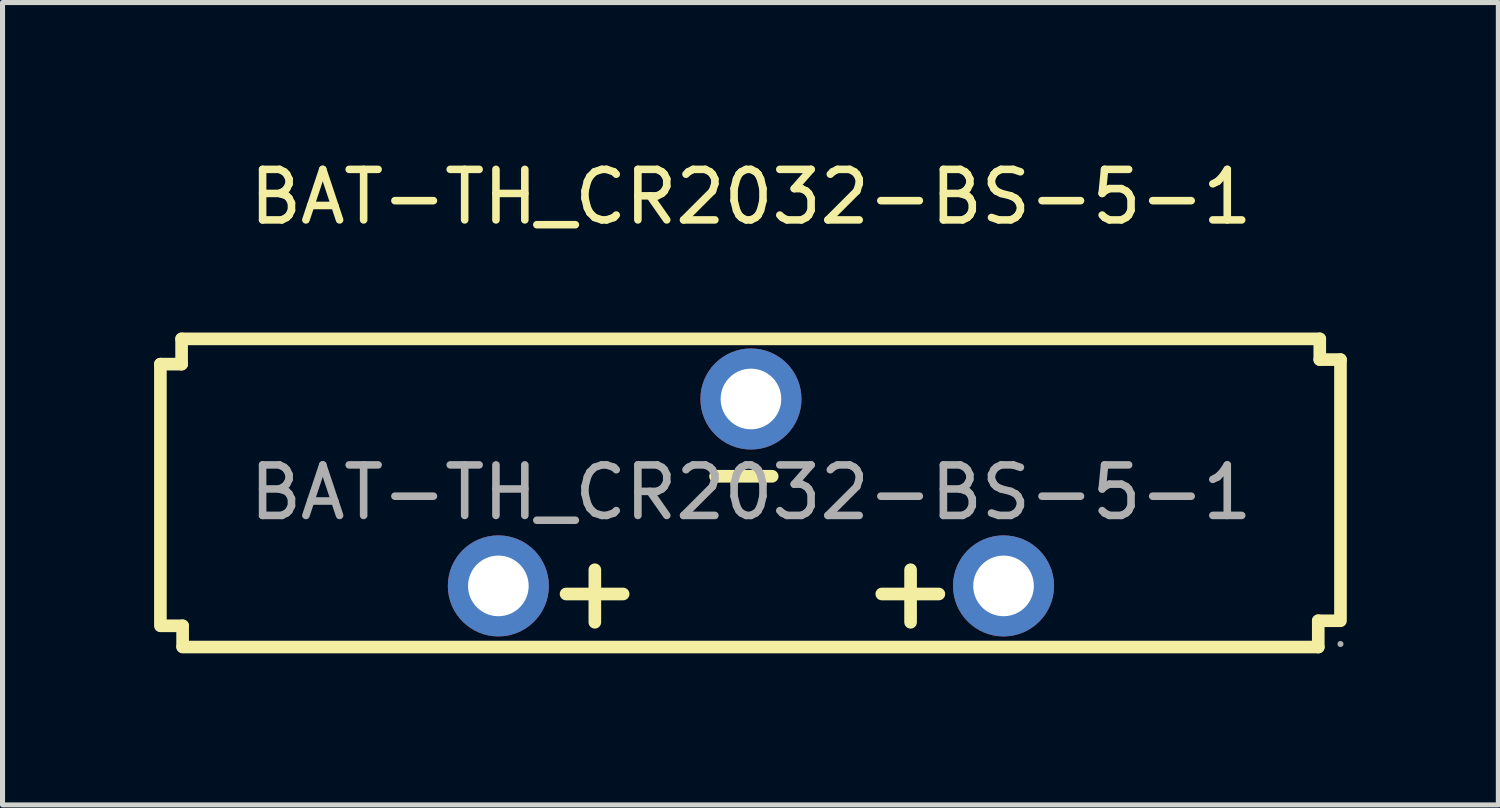
<source format=kicad_pcb>
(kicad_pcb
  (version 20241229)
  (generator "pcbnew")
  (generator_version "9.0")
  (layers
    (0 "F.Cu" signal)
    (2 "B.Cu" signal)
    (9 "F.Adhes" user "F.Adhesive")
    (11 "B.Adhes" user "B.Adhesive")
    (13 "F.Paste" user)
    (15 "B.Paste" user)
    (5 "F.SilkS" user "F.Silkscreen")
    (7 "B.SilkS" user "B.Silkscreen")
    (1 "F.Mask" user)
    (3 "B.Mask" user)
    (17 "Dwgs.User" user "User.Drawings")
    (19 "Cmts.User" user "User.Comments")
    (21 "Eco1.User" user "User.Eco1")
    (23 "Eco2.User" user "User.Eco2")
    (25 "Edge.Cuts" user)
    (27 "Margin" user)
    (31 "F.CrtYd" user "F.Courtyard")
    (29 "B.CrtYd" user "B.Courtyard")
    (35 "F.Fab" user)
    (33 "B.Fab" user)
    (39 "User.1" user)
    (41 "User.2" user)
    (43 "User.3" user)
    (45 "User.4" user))
  (footprint "BAT-TH_CR2032-BS-5-1"
    (layer "F.Cu")
    (at 11.815 6.698)
    (property "Reference" "BAT-TH_CR2032-BS-5-1" (at 0 -5.85 0) (layer "F.SilkS") (effects (font (size 1 1) (thickness 0.15))))
    (attr smd)
    (fp_line (start -11.69 -2.54) (end -11.27 -2.54) (stroke (width 0.25) (type solid)) (layer "F.SilkS"))
    (fp_line (start -11.69 2.64) (end -11.69 -2.54) (stroke (width 0.25) (type solid)) (layer "F.SilkS"))
    (fp_line (start -11.66 2.64) (end -11.25 2.64) (stroke (width 0.25) (type solid)) (layer "F.SilkS"))
    (fp_line (start -11.27 -3.04) (end 11.26 -3.04) (stroke (width 0.25) (type solid)) (layer "F.SilkS"))
    (fp_line (start -11.27 -2.54) (end -11.27 -3.04) (stroke (width 0.25) (type solid)) (layer "F.SilkS"))
    (fp_line (start -11.25 2.64) (end -11.25 3.05) (stroke (width 0.25) (type solid)) (layer "F.SilkS"))
    (fp_line (start -11.25 3.06) (end 11.23 3.06) (stroke (width 0.25) (type solid)) (layer "F.SilkS"))
    (fp_line (start -3.66 2.01) (end -2.53 2.01) (stroke (width 0.25) (type solid)) (layer "F.SilkS"))
    (fp_line (start -3.09 2.57) (end -3.09 1.53) (stroke (width 0.25) (type solid)) (layer "F.SilkS"))
    (fp_line (start -0.7 -0.32) (end 0.42 -0.32) (stroke (width 0.25) (type solid)) (layer "F.SilkS"))
    (fp_line (start 2.59 2.01) (end 3.72 2.01) (stroke (width 0.25) (type solid)) (layer "F.SilkS"))
    (fp_line (start 3.16 2.57) (end 3.16 1.53) (stroke (width 0.25) (type solid)) (layer "F.SilkS"))
    (fp_line (start 11.23 2.54) (end 11.64 2.54) (stroke (width 0.25) (type solid)) (layer "F.SilkS"))
    (fp_line (start 11.23 3.06) (end 11.23 2.54) (stroke (width 0.25) (type solid)) (layer "F.SilkS"))
    (fp_line (start 11.26 -3.04) (end 11.26 -2.63) (stroke (width 0.25) (type solid)) (layer "F.SilkS"))
    (fp_line (start 11.26 -2.63) (end 11.67 -2.63) (stroke (width 0.25) (type solid)) (layer "F.SilkS"))
    (fp_line (start 11.67 -2.63) (end 11.67 2.54) (stroke (width 0.25) (type solid)) (layer "F.SilkS"))
    (fp_circle (center 11.67 3) (end 11.7 3) (stroke (width 0.06) (type solid)) (fill no) (layer "F.Fab"))
    (fp_text user "${REFERENCE}" (at 0 0 0) (layer "F.Fab") (effects (font (size 1 1) (thickness 0.15))))
    (pad "1" thru_hole circle (at -5 1.85 180) (size 2 2) (drill 1.2) (layers "*.Cu" "*.Paste" "*.Mask"))
    (pad "1" thru_hole circle (at 5 1.85 180) (size 2 2) (drill 1.2) (layers "*.Cu" "*.Paste" "*.Mask"))
    (pad "2" thru_hole circle (at 0 -1.85 180) (size 2 2) (drill 1.2) (layers "*.Cu" "*.Paste" "*.Mask")))
  (gr_rect
    (start -3 -3)
    (end 26.61 12.883)
    (stroke (width 0.1) (type default))
    (fill no)
    (layer "Edge.Cuts")))
</source>
